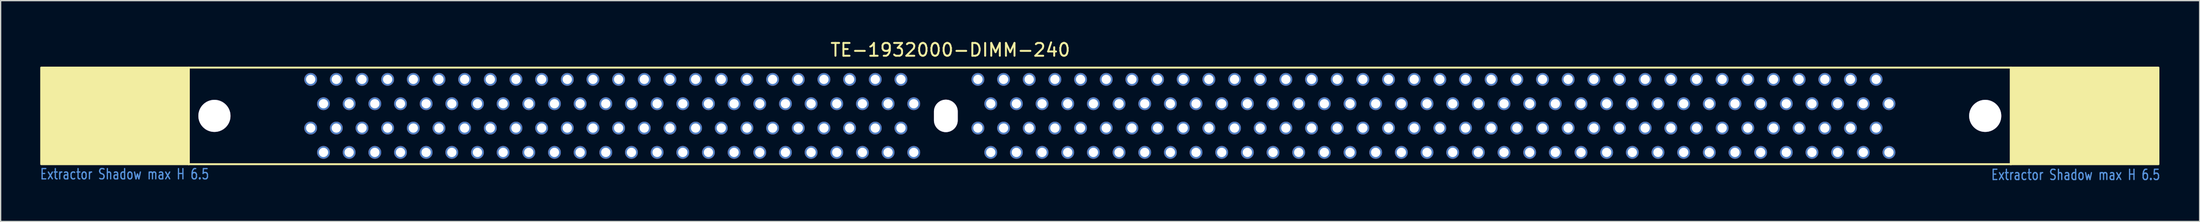
<source format=kicad_pcb>
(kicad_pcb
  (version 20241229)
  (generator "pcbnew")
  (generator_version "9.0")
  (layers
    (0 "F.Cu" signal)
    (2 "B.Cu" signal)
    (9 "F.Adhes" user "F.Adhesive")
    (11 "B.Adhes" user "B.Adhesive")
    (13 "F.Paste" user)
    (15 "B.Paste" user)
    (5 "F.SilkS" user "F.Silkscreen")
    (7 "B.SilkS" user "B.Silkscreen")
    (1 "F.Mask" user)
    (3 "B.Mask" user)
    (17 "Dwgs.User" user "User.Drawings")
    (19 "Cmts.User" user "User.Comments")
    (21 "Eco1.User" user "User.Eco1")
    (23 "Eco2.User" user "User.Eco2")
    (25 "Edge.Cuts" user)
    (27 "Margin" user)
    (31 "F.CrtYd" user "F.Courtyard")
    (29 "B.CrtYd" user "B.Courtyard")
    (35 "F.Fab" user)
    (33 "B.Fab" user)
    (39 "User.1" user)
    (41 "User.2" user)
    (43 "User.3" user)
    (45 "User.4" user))
  (footprint "TE-1932000-DIMM-240"
    (layer "F.Cu")
    (at 70.661 5.998)
    (property "Reference" "TE-1932000-DIMM-240" (at 0.35 -5.15 0) (layer "F.SilkS") (effects (font (size 1 1) (thickness 0.15))))
    (attr through_hole)
    (fp_line (start -59 3.77) (end -59 -3.77) (stroke (width 0.15) (type solid)) (layer "F.SilkS"))
    (fp_line (start -59 3.77) (end 83 3.77) (stroke (width 0.15) (type solid)) (layer "F.SilkS"))
    (fp_line (start 83 -3.77) (end -59 -3.77) (stroke (width 0.15) (type solid)) (layer "F.SilkS"))
    (fp_line (start 83 3.77) (end 83 -3.77) (stroke (width 0.15) (type solid)) (layer "F.SilkS"))
    (fp_poly (pts (xy -59 -3.77) (xy -70.5 -3.77) (xy -70.5 3.77) (xy -59 3.77)) (stroke (width 0.15) (type solid)) (fill yes) (layer "F.SilkS"))
    (fp_poly (pts (xy 83 -3.77) (xy 83 3.77) (xy 94.5 3.77) (xy 94.5 -3.77)) (stroke (width 0.15) (type solid)) (fill yes) (layer "F.SilkS"))
    (fp_text user "Extractor Shadow max H 6.5" (at 88.05 4.6 0) (layer "Cmts.User") (effects (font (size 0.8 0.6) (thickness 0.1))))
    (fp_text user "Extractor Shadow max H 6.5" (at -64 4.55 0) (layer "Cmts.User") (effects (font (size 0.8 0.6) (thickness 0.1))))
    (pad "" np_thru_hole circle (at -57 0) (size 2.51 2.51) (drill 2.5) (layers "*.Cu" "*.Mask"))
    (pad "" np_thru_hole oval (at 0 0) (size 1.86 2.54) (drill oval 1.85 2.53) (layers "*.Cu" "*.Mask"))
    (pad "" np_thru_hole circle (at 81 0) (size 2.51 2.51) (drill 2.5) (layers "*.Cu" "*.Mask"))
    (pad "1" thru_hole circle (at -49.5 0.95) (size 1 1) (drill 0.725) (layers "*.Cu" "*.Mask"))
    (pad "2" thru_hole circle (at -48.5 2.85) (size 1 1) (drill 0.725) (layers "*.Cu" "*.Mask"))
    (pad "3" thru_hole circle (at -47.5 0.95) (size 1 1) (drill 0.725) (layers "*.Cu" "*.Mask"))
    (pad "4" thru_hole circle (at -46.5 2.85) (size 1 1) (drill 0.725) (layers "*.Cu" "*.Mask"))
    (pad "5" thru_hole circle (at -45.5 0.95) (size 1 1) (drill 0.725) (layers "*.Cu" "*.Mask"))
    (pad "6" thru_hole circle (at -44.5 2.85) (size 1 1) (drill 0.725) (layers "*.Cu" "*.Mask"))
    (pad "7" thru_hole circle (at -43.5 0.95) (size 1 1) (drill 0.725) (layers "*.Cu" "*.Mask"))
    (pad "8" thru_hole circle (at -42.5 2.85) (size 1 1) (drill 0.725) (layers "*.Cu" "*.Mask"))
    (pad "9" thru_hole circle (at -41.5 0.95) (size 1 1) (drill 0.725) (layers "*.Cu" "*.Mask"))
    (pad "10" thru_hole circle (at -40.5 2.85) (size 1 1) (drill 0.725) (layers "*.Cu" "*.Mask"))
    (pad "11" thru_hole circle (at -39.5 0.95) (size 1 1) (drill 0.725) (layers "*.Cu" "*.Mask"))
    (pad "12" thru_hole circle (at -38.5 2.85) (size 1 1) (drill 0.725) (layers "*.Cu" "*.Mask"))
    (pad "13" thru_hole circle (at -37.5 0.95) (size 1 1) (drill 0.725) (layers "*.Cu" "*.Mask"))
    (pad "14" thru_hole circle (at -36.5 2.85) (size 1 1) (drill 0.725) (layers "*.Cu" "*.Mask"))
    (pad "15" thru_hole circle (at -35.5 0.95) (size 1 1) (drill 0.725) (layers "*.Cu" "*.Mask"))
    (pad "16" thru_hole circle (at -34.5 2.85) (size 1 1) (drill 0.725) (layers "*.Cu" "*.Mask"))
    (pad "17" thru_hole circle (at -33.5 0.95) (size 1 1) (drill 0.725) (layers "*.Cu" "*.Mask"))
    (pad "18" thru_hole circle (at -32.5 2.85) (size 1 1) (drill 0.725) (layers "*.Cu" "*.Mask"))
    (pad "19" thru_hole circle (at -31.5 0.95) (size 1 1) (drill 0.725) (layers "*.Cu" "*.Mask"))
    (pad "20" thru_hole circle (at -30.5 2.85) (size 1 1) (drill 0.725) (layers "*.Cu" "*.Mask"))
    (pad "21" thru_hole circle (at -29.5 0.95) (size 1 1) (drill 0.725) (layers "*.Cu" "*.Mask"))
    (pad "22" thru_hole circle (at -28.5 2.85) (size 1 1) (drill 0.725) (layers "*.Cu" "*.Mask"))
    (pad "23" thru_hole circle (at -27.5 0.95) (size 1 1) (drill 0.725) (layers "*.Cu" "*.Mask"))
    (pad "24" thru_hole circle (at -26.5 2.85) (size 1 1) (drill 0.725) (layers "*.Cu" "*.Mask"))
    (pad "25" thru_hole circle (at -25.5 0.95) (size 1 1) (drill 0.725) (layers "*.Cu" "*.Mask"))
    (pad "26" thru_hole circle (at -24.5 2.85) (size 1 1) (drill 0.725) (layers "*.Cu" "*.Mask"))
    (pad "27" thru_hole circle (at -23.5 0.95) (size 1 1) (drill 0.725) (layers "*.Cu" "*.Mask"))
    (pad "28" thru_hole circle (at -22.5 2.85) (size 1 1) (drill 0.725) (layers "*.Cu" "*.Mask"))
    (pad "29" thru_hole circle (at -21.5 0.95) (size 1 1) (drill 0.725) (layers "*.Cu" "*.Mask"))
    (pad "30" thru_hole circle (at -20.5 2.85) (size 1 1) (drill 0.725) (layers "*.Cu" "*.Mask"))
    (pad "31" thru_hole circle (at -19.5 0.95) (size 1 1) (drill 0.725) (layers "*.Cu" "*.Mask"))
    (pad "32" thru_hole circle (at -18.5 2.85) (size 1 1) (drill 0.725) (layers "*.Cu" "*.Mask"))
    (pad "33" thru_hole circle (at -17.5 0.95) (size 1 1) (drill 0.725) (layers "*.Cu" "*.Mask"))
    (pad "34" thru_hole circle (at -16.5 2.85) (size 1 1) (drill 0.725) (layers "*.Cu" "*.Mask"))
    (pad "35" thru_hole circle (at -15.5 0.95) (size 1 1) (drill 0.725) (layers "*.Cu" "*.Mask"))
    (pad "36" thru_hole circle (at -14.5 2.85) (size 1 1) (drill 0.725) (layers "*.Cu" "*.Mask"))
    (pad "37" thru_hole circle (at -13.5 0.95) (size 1 1) (drill 0.725) (layers "*.Cu" "*.Mask"))
    (pad "38" thru_hole circle (at -12.5 2.85) (size 1 1) (drill 0.725) (layers "*.Cu" "*.Mask"))
    (pad "39" thru_hole circle (at -11.5 0.95) (size 1 1) (drill 0.725) (layers "*.Cu" "*.Mask"))
    (pad "40" thru_hole circle (at -10.5 2.85) (size 1 1) (drill 0.725) (layers "*.Cu" "*.Mask"))
    (pad "41" thru_hole circle (at -9.5 0.95) (size 1 1) (drill 0.725) (layers "*.Cu" "*.Mask"))
    (pad "42" thru_hole circle (at -8.5 2.85) (size 1 1) (drill 0.725) (layers "*.Cu" "*.Mask"))
    (pad "43" thru_hole circle (at -7.5 0.95) (size 1 1) (drill 0.725) (layers "*.Cu" "*.Mask"))
    (pad "44" thru_hole circle (at -6.5 2.85) (size 1 1) (drill 0.725) (layers "*.Cu" "*.Mask"))
    (pad "45" thru_hole circle (at -5.5 0.95) (size 1 1) (drill 0.725) (layers "*.Cu" "*.Mask"))
    (pad "46" thru_hole circle (at -4.5 2.85) (size 1 1) (drill 0.725) (layers "*.Cu" "*.Mask"))
    (pad "47" thru_hole circle (at -3.5 0.95) (size 1 1) (drill 0.725) (layers "*.Cu" "*.Mask"))
    (pad "48" thru_hole circle (at -2.5 2.85) (size 1 1) (drill 0.725) (layers "*.Cu" "*.Mask"))
    (pad "49" thru_hole circle (at 2.5 0.95) (size 1 1) (drill 0.725) (layers "*.Cu" "*.Mask"))
    (pad "50" thru_hole circle (at 3.5 2.85) (size 1 1) (drill 0.725) (layers "*.Cu" "*.Mask"))
    (pad "51" thru_hole circle (at 4.5 0.95) (size 1 1) (drill 0.725) (layers "*.Cu" "*.Mask"))
    (pad "52" thru_hole circle (at 5.5 2.85) (size 1 1) (drill 0.725) (layers "*.Cu" "*.Mask"))
    (pad "53" thru_hole circle (at 6.5 0.95) (size 1 1) (drill 0.725) (layers "*.Cu" "*.Mask"))
    (pad "54" thru_hole circle (at 7.5 2.85) (size 1 1) (drill 0.725) (layers "*.Cu" "*.Mask"))
    (pad "55" thru_hole circle (at 8.5 0.95) (size 1 1) (drill 0.725) (layers "*.Cu" "*.Mask"))
    (pad "56" thru_hole circle (at 9.5 2.85) (size 1 1) (drill 0.725) (layers "*.Cu" "*.Mask"))
    (pad "57" thru_hole circle (at 10.5 0.95) (size 1 1) (drill 0.725) (layers "*.Cu" "*.Mask"))
    (pad "58" thru_hole circle (at 11.5 2.85) (size 1 1) (drill 0.725) (layers "*.Cu" "*.Mask"))
    (pad "59" thru_hole circle (at 12.5 0.95) (size 1 1) (drill 0.725) (layers "*.Cu" "*.Mask"))
    (pad "60" thru_hole circle (at 13.5 2.85) (size 1 1) (drill 0.725) (layers "*.Cu" "*.Mask"))
    (pad "61" thru_hole circle (at 14.5 0.95) (size 1 1) (drill 0.725) (layers "*.Cu" "*.Mask"))
    (pad "62" thru_hole circle (at 15.5 2.85) (size 1 1) (drill 0.725) (layers "*.Cu" "*.Mask"))
    (pad "63" thru_hole circle (at 16.5 0.95) (size 1 1) (drill 0.725) (layers "*.Cu" "*.Mask"))
    (pad "64" thru_hole circle (at 17.5 2.85) (size 1 1) (drill 0.725) (layers "*.Cu" "*.Mask"))
    (pad "65" thru_hole circle (at 18.5 0.95) (size 1 1) (drill 0.725) (layers "*.Cu" "*.Mask"))
    (pad "66" thru_hole circle (at 19.5 2.85) (size 1 1) (drill 0.725) (layers "*.Cu" "*.Mask"))
    (pad "67" thru_hole circle (at 20.5 0.95) (size 1 1) (drill 0.725) (layers "*.Cu" "*.Mask"))
    (pad "68" thru_hole circle (at 21.5 2.85) (size 1 1) (drill 0.725) (layers "*.Cu" "*.Mask"))
    (pad "69" thru_hole circle (at 22.5 0.95) (size 1 1) (drill 0.725) (layers "*.Cu" "*.Mask"))
    (pad "70" thru_hole circle (at 23.5 2.85) (size 1 1) (drill 0.725) (layers "*.Cu" "*.Mask"))
    (pad "71" thru_hole circle (at 24.5 0.95) (size 1 1) (drill 0.725) (layers "*.Cu" "*.Mask"))
    (pad "72" thru_hole circle (at 25.5 2.85) (size 1 1) (drill 0.725) (layers "*.Cu" "*.Mask"))
    (pad "73" thru_hole circle (at 26.5 0.95) (size 1 1) (drill 0.725) (layers "*.Cu" "*.Mask"))
    (pad "74" thru_hole circle (at 27.5 2.85) (size 1 1) (drill 0.725) (layers "*.Cu" "*.Mask"))
    (pad "75" thru_hole circle (at 28.5 0.95) (size 1 1) (drill 0.725) (layers "*.Cu" "*.Mask"))
    (pad "76" thru_hole circle (at 29.5 2.85) (size 1 1) (drill 0.725) (layers "*.Cu" "*.Mask"))
    (pad "77" thru_hole circle (at 30.5 0.95) (size 1 1) (drill 0.725) (layers "*.Cu" "*.Mask"))
    (pad "78" thru_hole circle (at 31.5 2.85) (size 1 1) (drill 0.725) (layers "*.Cu" "*.Mask"))
    (pad "79" thru_hole circle (at 32.5 0.95) (size 1 1) (drill 0.725) (layers "*.Cu" "*.Mask"))
    (pad "80" thru_hole circle (at 33.5 2.85) (size 1 1) (drill 0.725) (layers "*.Cu" "*.Mask"))
    (pad "81" thru_hole circle (at 34.5 0.95) (size 1 1) (drill 0.725) (layers "*.Cu" "*.Mask"))
    (pad "82" thru_hole circle (at 35.5 2.85) (size 1 1) (drill 0.725) (layers "*.Cu" "*.Mask"))
    (pad "83" thru_hole circle (at 36.5 0.95) (size 1 1) (drill 0.725) (layers "*.Cu" "*.Mask"))
    (pad "84" thru_hole circle (at 37.5 2.85) (size 1 1) (drill 0.725) (layers "*.Cu" "*.Mask"))
    (pad "85" thru_hole circle (at 38.5 0.95) (size 1 1) (drill 0.725) (layers "*.Cu" "*.Mask"))
    (pad "86" thru_hole circle (at 39.5 2.85) (size 1 1) (drill 0.725) (layers "*.Cu" "*.Mask"))
    (pad "87" thru_hole circle (at 40.5 0.95) (size 1 1) (drill 0.725) (layers "*.Cu" "*.Mask"))
    (pad "88" thru_hole circle (at 41.5 2.85) (size 1 1) (drill 0.725) (layers "*.Cu" "*.Mask"))
    (pad "89" thru_hole circle (at 42.5 0.95) (size 1 1) (drill 0.725) (layers "*.Cu" "*.Mask"))
    (pad "90" thru_hole circle (at 43.5 2.85) (size 1 1) (drill 0.725) (layers "*.Cu" "*.Mask"))
    (pad "91" thru_hole circle (at 44.5 0.95) (size 1 1) (drill 0.725) (layers "*.Cu" "*.Mask"))
    (pad "92" thru_hole circle (at 45.5 2.85) (size 1 1) (drill 0.725) (layers "*.Cu" "*.Mask"))
    (pad "93" thru_hole circle (at 46.5 0.95) (size 1 1) (drill 0.725) (layers "*.Cu" "*.Mask"))
    (pad "94" thru_hole circle (at 47.5 2.85) (size 1 1) (drill 0.725) (layers "*.Cu" "*.Mask"))
    (pad "95" thru_hole circle (at 48.5 0.95) (size 1 1) (drill 0.725) (layers "*.Cu" "*.Mask"))
    (pad "96" thru_hole circle (at 49.5 2.85) (size 1 1) (drill 0.725) (layers "*.Cu" "*.Mask"))
    (pad "97" thru_hole circle (at 50.5 0.95) (size 1 1) (drill 0.725) (layers "*.Cu" "*.Mask"))
    (pad "98" thru_hole circle (at 51.5 2.85) (size 1 1) (drill 0.725) (layers "*.Cu" "*.Mask"))
    (pad "99" thru_hole circle (at 52.5 0.95) (size 1 1) (drill 0.725) (layers "*.Cu" "*.Mask"))
    (pad "100" thru_hole circle (at 53.5 2.85) (size 1 1) (drill 0.725) (layers "*.Cu" "*.Mask"))
    (pad "101" thru_hole circle (at 54.5 0.95) (size 1 1) (drill 0.725) (layers "*.Cu" "*.Mask"))
    (pad "102" thru_hole circle (at 55.5 2.85) (size 1 1) (drill 0.725) (layers "*.Cu" "*.Mask"))
    (pad "103" thru_hole circle (at 56.5 0.95) (size 1 1) (drill 0.725) (layers "*.Cu" "*.Mask"))
    (pad "104" thru_hole circle (at 57.5 2.85) (size 1 1) (drill 0.725) (layers "*.Cu" "*.Mask"))
    (pad "105" thru_hole circle (at 58.5 0.95) (size 1 1) (drill 0.725) (layers "*.Cu" "*.Mask"))
    (pad "106" thru_hole circle (at 59.5 2.85) (size 1 1) (drill 0.725) (layers "*.Cu" "*.Mask"))
    (pad "107" thru_hole circle (at 60.5 0.95) (size 1 1) (drill 0.725) (layers "*.Cu" "*.Mask"))
    (pad "108" thru_hole circle (at 61.5 2.85) (size 1 1) (drill 0.725) (layers "*.Cu" "*.Mask"))
    (pad "109" thru_hole circle (at 62.5 0.95) (size 1 1) (drill 0.725) (layers "*.Cu" "*.Mask"))
    (pad "110" thru_hole circle (at 63.5 2.85) (size 1 1) (drill 0.725) (layers "*.Cu" "*.Mask"))
    (pad "111" thru_hole circle (at 64.5 0.95) (size 1 1) (drill 0.725) (layers "*.Cu" "*.Mask"))
    (pad "112" thru_hole circle (at 65.5 2.85) (size 1 1) (drill 0.725) (layers "*.Cu" "*.Mask"))
    (pad "113" thru_hole circle (at 66.5 0.95) (size 1 1) (drill 0.725) (layers "*.Cu" "*.Mask"))
    (pad "114" thru_hole circle (at 67.5 2.85) (size 1 1) (drill 0.725) (layers "*.Cu" "*.Mask"))
    (pad "115" thru_hole circle (at 68.5 0.95) (size 1 1) (drill 0.725) (layers "*.Cu" "*.Mask"))
    (pad "116" thru_hole circle (at 69.5 2.85) (size 1 1) (drill 0.725) (layers "*.Cu" "*.Mask"))
    (pad "117" thru_hole circle (at 70.5 0.95) (size 1 1) (drill 0.725) (layers "*.Cu" "*.Mask"))
    (pad "118" thru_hole circle (at 71.5 2.85) (size 1 1) (drill 0.725) (layers "*.Cu" "*.Mask"))
    (pad "119" thru_hole circle (at 72.5 0.95) (size 1 1) (drill 0.725) (layers "*.Cu" "*.Mask"))
    (pad "120" thru_hole circle (at 73.5 2.85) (size 1 1) (drill 0.725) (layers "*.Cu" "*.Mask"))
    (pad "121" thru_hole circle (at -49.5 -2.85) (size 1 1) (drill 0.725) (layers "*.Cu" "*.Mask"))
    (pad "122" thru_hole circle (at -48.5 -0.95) (size 1 1) (drill 0.725) (layers "*.Cu" "*.Mask"))
    (pad "123" thru_hole circle (at -47.5 -2.85) (size 1 1) (drill 0.725) (layers "*.Cu" "*.Mask"))
    (pad "124" thru_hole circle (at -46.5 -0.95) (size 1 1) (drill 0.725) (layers "*.Cu" "*.Mask"))
    (pad "125" thru_hole circle (at -45.5 -2.85) (size 1 1) (drill 0.725) (layers "*.Cu" "*.Mask"))
    (pad "126" thru_hole circle (at -44.5 -0.95) (size 1 1) (drill 0.725) (layers "*.Cu" "*.Mask"))
    (pad "127" thru_hole circle (at -43.5 -2.85) (size 1 1) (drill 0.725) (layers "*.Cu" "*.Mask"))
    (pad "128" thru_hole circle (at -42.5 -0.95) (size 1 1) (drill 0.725) (layers "*.Cu" "*.Mask"))
    (pad "129" thru_hole circle (at -41.5 -2.85) (size 1 1) (drill 0.725) (layers "*.Cu" "*.Mask"))
    (pad "130" thru_hole circle (at -40.5 -0.95) (size 1 1) (drill 0.725) (layers "*.Cu" "*.Mask"))
    (pad "131" thru_hole circle (at -39.5 -2.85) (size 1 1) (drill 0.725) (layers "*.Cu" "*.Mask"))
    (pad "132" thru_hole circle (at -38.5 -0.95) (size 1 1) (drill 0.725) (layers "*.Cu" "*.Mask"))
    (pad "133" thru_hole circle (at -37.5 -2.85) (size 1 1) (drill 0.725) (layers "*.Cu" "*.Mask"))
    (pad "134" thru_hole circle (at -36.5 -0.95) (size 1 1) (drill 0.725) (layers "*.Cu" "*.Mask"))
    (pad "135" thru_hole circle (at -35.5 -2.85) (size 1 1) (drill 0.725) (layers "*.Cu" "*.Mask"))
    (pad "136" thru_hole circle (at -34.5 -0.95) (size 1 1) (drill 0.725) (layers "*.Cu" "*.Mask"))
    (pad "137" thru_hole circle (at -33.5 -2.85) (size 1 1) (drill 0.725) (layers "*.Cu" "*.Mask"))
    (pad "138" thru_hole circle (at -32.5 -0.95) (size 1 1) (drill 0.725) (layers "*.Cu" "*.Mask"))
    (pad "139" thru_hole circle (at -31.5 -2.85) (size 1 1) (drill 0.725) (layers "*.Cu" "*.Mask"))
    (pad "140" thru_hole circle (at -30.5 -0.95) (size 1 1) (drill 0.725) (layers "*.Cu" "*.Mask"))
    (pad "141" thru_hole circle (at -29.5 -2.85) (size 1 1) (drill 0.725) (layers "*.Cu" "*.Mask"))
    (pad "142" thru_hole circle (at -28.5 -0.95) (size 1 1) (drill 0.725) (layers "*.Cu" "*.Mask"))
    (pad "143" thru_hole circle (at -27.5 -2.85) (size 1 1) (drill 0.725) (layers "*.Cu" "*.Mask"))
    (pad "144" thru_hole circle (at -26.5 -0.95) (size 1 1) (drill 0.725) (layers "*.Cu" "*.Mask"))
    (pad "145" thru_hole circle (at -25.5 -2.85) (size 1 1) (drill 0.725) (layers "*.Cu" "*.Mask"))
    (pad "146" thru_hole circle (at -24.5 -0.95) (size 1 1) (drill 0.725) (layers "*.Cu" "*.Mask"))
    (pad "147" thru_hole circle (at -23.5 -2.85) (size 1 1) (drill 0.725) (layers "*.Cu" "*.Mask"))
    (pad "148" thru_hole circle (at -22.5 -0.95) (size 1 1) (drill 0.725) (layers "*.Cu" "*.Mask"))
    (pad "149" thru_hole circle (at -21.5 -2.85) (size 1 1) (drill 0.725) (layers "*.Cu" "*.Mask"))
    (pad "150" thru_hole circle (at -20.5 -0.95) (size 1 1) (drill 0.725) (layers "*.Cu" "*.Mask"))
    (pad "151" thru_hole circle (at -19.5 -2.85) (size 1 1) (drill 0.725) (layers "*.Cu" "*.Mask"))
    (pad "152" thru_hole circle (at -18.5 -0.95) (size 1 1) (drill 0.725) (layers "*.Cu" "*.Mask"))
    (pad "153" thru_hole circle (at -17.5 -2.85) (size 1 1) (drill 0.725) (layers "*.Cu" "*.Mask"))
    (pad "154" thru_hole circle (at -16.5 -0.95) (size 1 1) (drill 0.725) (layers "*.Cu" "*.Mask"))
    (pad "155" thru_hole circle (at -15.5 -2.85) (size 1 1) (drill 0.725) (layers "*.Cu" "*.Mask"))
    (pad "156" thru_hole circle (at -14.5 -0.95) (size 1 1) (drill 0.725) (layers "*.Cu" "*.Mask"))
    (pad "157" thru_hole circle (at -13.5 -2.85) (size 1 1) (drill 0.725) (layers "*.Cu" "*.Mask"))
    (pad "158" thru_hole circle (at -12.5 -0.95) (size 1 1) (drill 0.725) (layers "*.Cu" "*.Mask"))
    (pad "159" thru_hole circle (at -11.5 -2.85) (size 1 1) (drill 0.725) (layers "*.Cu" "*.Mask"))
    (pad "160" thru_hole circle (at -10.5 -0.95) (size 1 1) (drill 0.725) (layers "*.Cu" "*.Mask"))
    (pad "161" thru_hole circle (at -9.5 -2.85) (size 1 1) (drill 0.725) (layers "*.Cu" "*.Mask"))
    (pad "162" thru_hole circle (at -8.5 -0.95) (size 1 1) (drill 0.725) (layers "*.Cu" "*.Mask"))
    (pad "163" thru_hole circle (at -7.5 -2.85) (size 1 1) (drill 0.725) (layers "*.Cu" "*.Mask"))
    (pad "164" thru_hole circle (at -6.5 -0.95) (size 1 1) (drill 0.725) (layers "*.Cu" "*.Mask"))
    (pad "165" thru_hole circle (at -5.5 -2.85) (size 1 1) (drill 0.725) (layers "*.Cu" "*.Mask"))
    (pad "166" thru_hole circle (at -4.5 -0.95) (size 1 1) (drill 0.725) (layers "*.Cu" "*.Mask"))
    (pad "167" thru_hole circle (at -3.5 -2.85) (size 1 1) (drill 0.725) (layers "*.Cu" "*.Mask"))
    (pad "168" thru_hole circle (at -2.5 -0.95) (size 1 1) (drill 0.725) (layers "*.Cu" "*.Mask"))
    (pad "169" thru_hole circle (at 2.5 -2.85) (size 1 1) (drill 0.725) (layers "*.Cu" "*.Mask"))
    (pad "170" thru_hole circle (at 3.5 -0.95) (size 1 1) (drill 0.725) (layers "*.Cu" "*.Mask"))
    (pad "171" thru_hole circle (at 4.5 -2.85) (size 1 1) (drill 0.725) (layers "*.Cu" "*.Mask"))
    (pad "172" thru_hole circle (at 5.5 -0.95) (size 1 1) (drill 0.725) (layers "*.Cu" "*.Mask"))
    (pad "173" thru_hole circle (at 6.5 -2.85) (size 1 1) (drill 0.725) (layers "*.Cu" "*.Mask"))
    (pad "174" thru_hole circle (at 7.5 -0.95) (size 1 1) (drill 0.725) (layers "*.Cu" "*.Mask"))
    (pad "175" thru_hole circle (at 8.5 -2.85) (size 1 1) (drill 0.725) (layers "*.Cu" "*.Mask"))
    (pad "176" thru_hole circle (at 9.5 -0.95) (size 1 1) (drill 0.725) (layers "*.Cu" "*.Mask"))
    (pad "177" thru_hole circle (at 10.5 -2.85) (size 1 1) (drill 0.725) (layers "*.Cu" "*.Mask"))
    (pad "178" thru_hole circle (at 11.5 -0.95) (size 1 1) (drill 0.725) (layers "*.Cu" "*.Mask"))
    (pad "179" thru_hole circle (at 12.5 -2.85) (size 1 1) (drill 0.725) (layers "*.Cu" "*.Mask"))
    (pad "180" thru_hole circle (at 13.5 -0.95) (size 1 1) (drill 0.725) (layers "*.Cu" "*.Mask"))
    (pad "181" thru_hole circle (at 14.5 -2.85) (size 1 1) (drill 0.725) (layers "*.Cu" "*.Mask"))
    (pad "182" thru_hole circle (at 15.5 -0.95) (size 1 1) (drill 0.725) (layers "*.Cu" "*.Mask"))
    (pad "183" thru_hole circle (at 16.5 -2.85) (size 1 1) (drill 0.725) (layers "*.Cu" "*.Mask"))
    (pad "184" thru_hole circle (at 17.5 -0.95) (size 1 1) (drill 0.725) (layers "*.Cu" "*.Mask"))
    (pad "185" thru_hole circle (at 18.5 -2.85) (size 1 1) (drill 0.725) (layers "*.Cu" "*.Mask"))
    (pad "186" thru_hole circle (at 19.5 -0.95) (size 1 1) (drill 0.725) (layers "*.Cu" "*.Mask"))
    (pad "187" thru_hole circle (at 20.5 -2.85) (size 1 1) (drill 0.725) (layers "*.Cu" "*.Mask"))
    (pad "188" thru_hole circle (at 21.5 -0.95) (size 1 1) (drill 0.725) (layers "*.Cu" "*.Mask"))
    (pad "189" thru_hole circle (at 22.5 -2.85) (size 1 1) (drill 0.725) (layers "*.Cu" "*.Mask"))
    (pad "190" thru_hole circle (at 23.5 -0.95) (size 1 1) (drill 0.725) (layers "*.Cu" "*.Mask"))
    (pad "191" thru_hole circle (at 24.5 -2.85) (size 1 1) (drill 0.725) (layers "*.Cu" "*.Mask"))
    (pad "192" thru_hole circle (at 25.5 -0.95) (size 1 1) (drill 0.725) (layers "*.Cu" "*.Mask"))
    (pad "193" thru_hole circle (at 26.5 -2.85) (size 1 1) (drill 0.725) (layers "*.Cu" "*.Mask"))
    (pad "194" thru_hole circle (at 27.5 -0.95) (size 1 1) (drill 0.725) (layers "*.Cu" "*.Mask"))
    (pad "195" thru_hole circle (at 28.5 -2.85) (size 1 1) (drill 0.725) (layers "*.Cu" "*.Mask"))
    (pad "196" thru_hole circle (at 29.5 -0.95) (size 1 1) (drill 0.725) (layers "*.Cu" "*.Mask"))
    (pad "197" thru_hole circle (at 30.5 -2.85) (size 1 1) (drill 0.725) (layers "*.Cu" "*.Mask"))
    (pad "198" thru_hole circle (at 31.5 -0.95) (size 1 1) (drill 0.725) (layers "*.Cu" "*.Mask"))
    (pad "199" thru_hole circle (at 32.5 -2.85) (size 1 1) (drill 0.725) (layers "*.Cu" "*.Mask"))
    (pad "200" thru_hole circle (at 33.5 -0.95) (size 1 1) (drill 0.725) (layers "*.Cu" "*.Mask"))
    (pad "201" thru_hole circle (at 34.5 -2.85) (size 1 1) (drill 0.725) (layers "*.Cu" "*.Mask"))
    (pad "202" thru_hole circle (at 35.5 -0.95) (size 1 1) (drill 0.725) (layers "*.Cu" "*.Mask"))
    (pad "203" thru_hole circle (at 36.5 -2.85) (size 1 1) (drill 0.725) (layers "*.Cu" "*.Mask"))
    (pad "204" thru_hole circle (at 37.5 -0.95) (size 1 1) (drill 0.725) (layers "*.Cu" "*.Mask"))
    (pad "205" thru_hole circle (at 38.5 -2.85) (size 1 1) (drill 0.725) (layers "*.Cu" "*.Mask"))
    (pad "206" thru_hole circle (at 39.5 -0.95) (size 1 1) (drill 0.725) (layers "*.Cu" "*.Mask"))
    (pad "207" thru_hole circle (at 40.5 -2.85) (size 1 1) (drill 0.725) (layers "*.Cu" "*.Mask"))
    (pad "208" thru_hole circle (at 41.5 -0.95) (size 1 1) (drill 0.725) (layers "*.Cu" "*.Mask"))
    (pad "209" thru_hole circle (at 42.5 -2.85) (size 1 1) (drill 0.725) (layers "*.Cu" "*.Mask"))
    (pad "210" thru_hole circle (at 43.5 -0.95) (size 1 1) (drill 0.725) (layers "*.Cu" "*.Mask"))
    (pad "211" thru_hole circle (at 44.5 -2.85) (size 1 1) (drill 0.725) (layers "*.Cu" "*.Mask"))
    (pad "212" thru_hole circle (at 45.5 -0.95) (size 1 1) (drill 0.725) (layers "*.Cu" "*.Mask"))
    (pad "213" thru_hole circle (at 46.5 -2.85) (size 1 1) (drill 0.725) (layers "*.Cu" "*.Mask"))
    (pad "214" thru_hole circle (at 47.5 -0.95) (size 1 1) (drill 0.725) (layers "*.Cu" "*.Mask"))
    (pad "215" thru_hole circle (at 48.5 -2.85) (size 1 1) (drill 0.725) (layers "*.Cu" "*.Mask"))
    (pad "216" thru_hole circle (at 49.5 -0.95) (size 1 1) (drill 0.725) (layers "*.Cu" "*.Mask"))
    (pad "217" thru_hole circle (at 50.5 -2.85) (size 1 1) (drill 0.725) (layers "*.Cu" "*.Mask"))
    (pad "218" thru_hole circle (at 51.5 -0.95) (size 1 1) (drill 0.725) (layers "*.Cu" "*.Mask"))
    (pad "219" thru_hole circle (at 52.5 -2.85) (size 1 1) (drill 0.725) (layers "*.Cu" "*.Mask"))
    (pad "220" thru_hole circle (at 53.5 -0.95) (size 1 1) (drill 0.725) (layers "*.Cu" "*.Mask"))
    (pad "221" thru_hole circle (at 54.5 -2.85) (size 1 1) (drill 0.725) (layers "*.Cu" "*.Mask"))
    (pad "222" thru_hole circle (at 55.5 -0.95) (size 1 1) (drill 0.725) (layers "*.Cu" "*.Mask"))
    (pad "223" thru_hole circle (at 56.5 -2.85) (size 1 1) (drill 0.725) (layers "*.Cu" "*.Mask"))
    (pad "224" thru_hole circle (at 57.5 -0.95) (size 1 1) (drill 0.725) (layers "*.Cu" "*.Mask"))
    (pad "225" thru_hole circle (at 58.5 -2.85) (size 1 1) (drill 0.725) (layers "*.Cu" "*.Mask"))
    (pad "226" thru_hole circle (at 59.5 -0.95) (size 1 1) (drill 0.725) (layers "*.Cu" "*.Mask"))
    (pad "227" thru_hole circle (at 60.5 -2.85) (size 1 1) (drill 0.725) (layers "*.Cu" "*.Mask"))
    (pad "228" thru_hole circle (at 61.5 -0.95) (size 1 1) (drill 0.725) (layers "*.Cu" "*.Mask"))
    (pad "229" thru_hole circle (at 62.5 -2.85) (size 1 1) (drill 0.725) (layers "*.Cu" "*.Mask"))
    (pad "230" thru_hole circle (at 63.5 -0.95) (size 1 1) (drill 0.725) (layers "*.Cu" "*.Mask"))
    (pad "231" thru_hole circle (at 64.5 -2.85) (size 1 1) (drill 0.725) (layers "*.Cu" "*.Mask"))
    (pad "232" thru_hole circle (at 65.5 -0.95) (size 1 1) (drill 0.725) (layers "*.Cu" "*.Mask"))
    (pad "233" thru_hole circle (at 66.5 -2.85) (size 1 1) (drill 0.725) (layers "*.Cu" "*.Mask"))
    (pad "234" thru_hole circle (at 67.5 -0.95) (size 1 1) (drill 0.725) (layers "*.Cu" "*.Mask"))
    (pad "235" thru_hole circle (at 68.5 -2.85) (size 1 1) (drill 0.725) (layers "*.Cu" "*.Mask"))
    (pad "236" thru_hole circle (at 69.5 -0.95) (size 1 1) (drill 0.725) (layers "*.Cu" "*.Mask"))
    (pad "237" thru_hole circle (at 70.5 -2.85) (size 1 1) (drill 0.725) (layers "*.Cu" "*.Mask"))
    (pad "238" thru_hole circle (at 71.5 -0.95) (size 1 1) (drill 0.725) (layers "*.Cu" "*.Mask"))
    (pad "239" thru_hole circle (at 72.5 -2.85) (size 1 1) (drill 0.725) (layers "*.Cu" "*.Mask"))
    (pad "240" thru_hole circle (at 73.5 -0.95) (size 1 1) (drill 0.725) (layers "*.Cu" "*.Mask")))
  (gr_rect
    (start -3 -3)
    (end 168.373 14.242)
    (stroke (width 0.1) (type default))
    (fill no)
    (layer "Edge.Cuts")))
</source>
